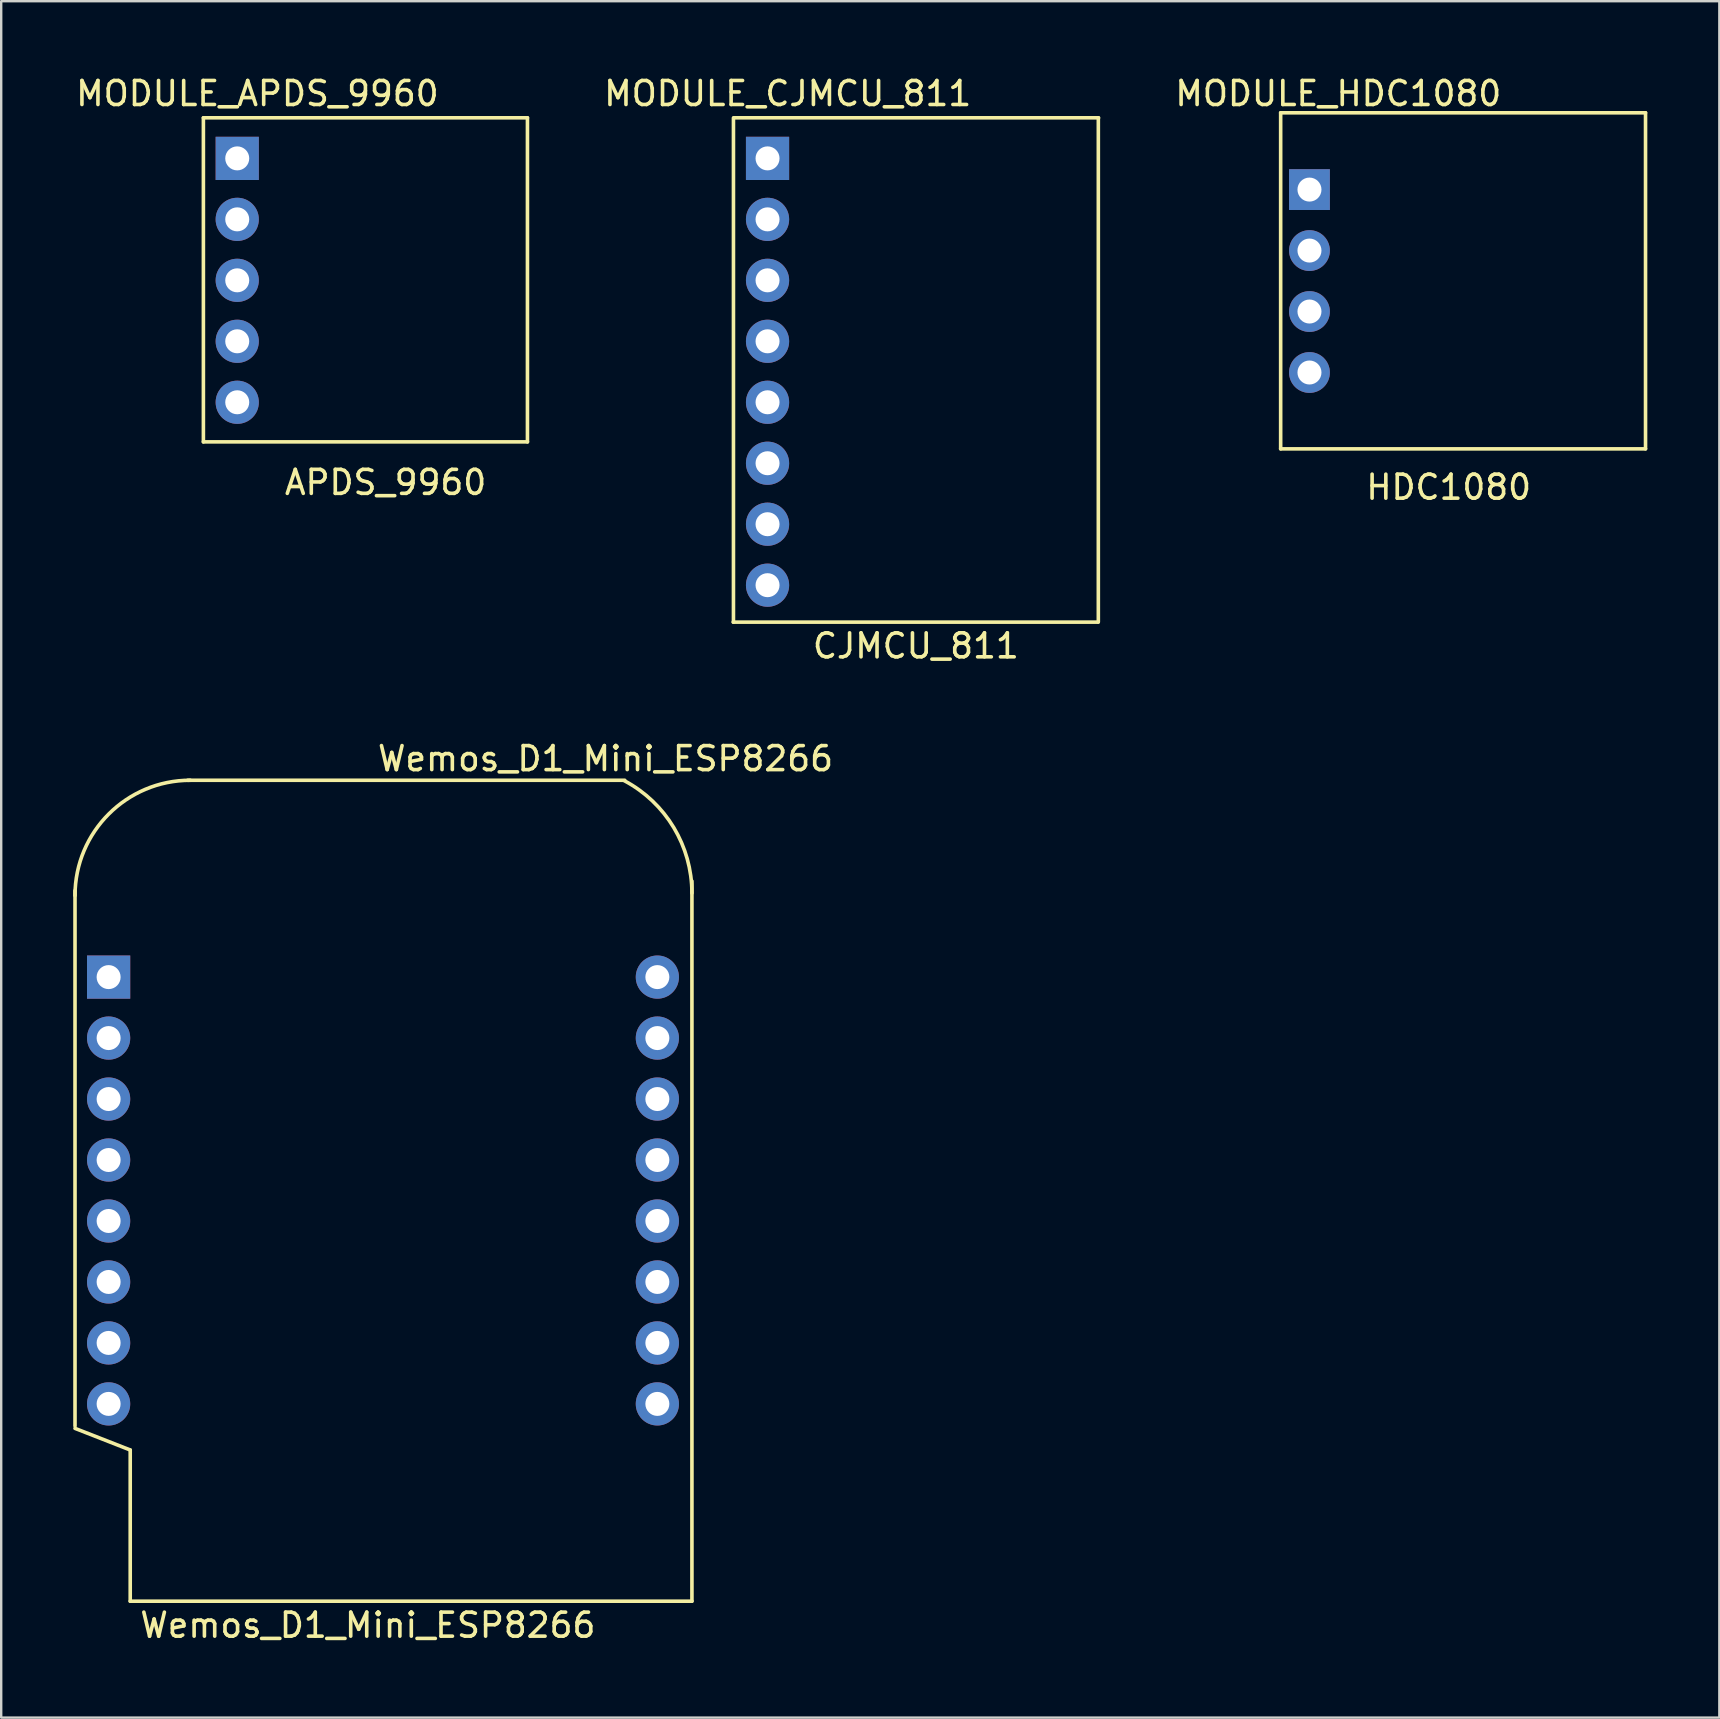
<source format=kicad_pcb>
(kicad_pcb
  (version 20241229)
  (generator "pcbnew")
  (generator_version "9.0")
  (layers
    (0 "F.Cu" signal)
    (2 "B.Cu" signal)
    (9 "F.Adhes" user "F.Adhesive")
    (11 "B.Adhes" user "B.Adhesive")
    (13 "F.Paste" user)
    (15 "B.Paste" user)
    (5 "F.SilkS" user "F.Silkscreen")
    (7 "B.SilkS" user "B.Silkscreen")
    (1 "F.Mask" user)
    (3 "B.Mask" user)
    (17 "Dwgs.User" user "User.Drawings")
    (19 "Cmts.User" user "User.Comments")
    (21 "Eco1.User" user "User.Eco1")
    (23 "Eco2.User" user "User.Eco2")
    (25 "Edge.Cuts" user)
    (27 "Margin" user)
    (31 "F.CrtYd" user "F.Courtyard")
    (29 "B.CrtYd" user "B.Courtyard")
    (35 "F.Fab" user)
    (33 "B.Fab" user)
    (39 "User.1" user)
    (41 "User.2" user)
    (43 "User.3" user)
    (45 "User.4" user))
  (footprint "MODULE_CJMCU_811"
    (layer "F.Cu")
    (at 35.425 12.548)
    (property "Reference" "MODULE_CJMCU_811" (at -5.66 -11.7 0) (layer "F.SilkS") (effects (font (size 1 1) (thickness 0.15))))
    (attr through_hole)
    (fp_line (start -7.92 -10.68) (end -7.92 10.32) (stroke (width 0.15) (type solid)) (layer "F.SilkS"))
    (fp_line (start 7.27 10.32) (end -7.93 10.32) (stroke (width 0.15) (type solid)) (layer "F.SilkS"))
    (fp_line (start 7.28 -10.69) (end 7.28 10.31) (stroke (width 0.15) (type solid)) (layer "F.SilkS"))
    (fp_line (start 7.29 -10.69) (end -7.91 -10.69) (stroke (width 0.15) (type solid)) (layer "F.SilkS"))
    (fp_text user "CJMCU_811" (at -0.32 11.31 0) (layer "F.SilkS") (effects (font (size 1 1) (thickness 0.15))))
    (pad "1" thru_hole rect (at -6.5 -9) (size 1.8 1.8) (drill 1) (layers "*.Cu" "*.Mask"))
    (pad "2" thru_hole circle (at -6.5 -6.46) (size 1.8 1.8) (drill 1) (layers "*.Cu" "*.Mask"))
    (pad "3" thru_hole circle (at -6.5 -3.92) (size 1.8 1.8) (drill 1) (layers "*.Cu" "*.Mask"))
    (pad "4" thru_hole circle (at -6.5 -1.38) (size 1.8 1.8) (drill 1) (layers "*.Cu" "*.Mask"))
    (pad "5" thru_hole circle (at -6.5 1.16) (size 1.8 1.8) (drill 1) (layers "*.Cu" "*.Mask"))
    (pad "6" thru_hole circle (at -6.5 3.7) (size 1.8 1.8) (drill 1) (layers "*.Cu" "*.Mask"))
    (pad "7" thru_hole circle (at -6.5 6.24) (size 1.8 1.8) (drill 1) (layers "*.Cu" "*.Mask"))
    (pad "8" thru_hole circle (at -6.5 8.78) (size 1.8 1.8) (drill 1) (layers "*.Cu" "*.Mask")))
  (footprint "MODULE_APDS_9960"
    (layer "F.Cu")
    (at 12.433 8.548)
    (property "Reference" "MODULE_APDS_9960" (at -4.76 -7.7 0) (layer "F.SilkS") (effects (font (size 1 1) (thickness 0.15))))
    (attr through_hole)
    (fp_line (start -7.01 -6.69) (end -7.01 6.81) (stroke (width 0.15) (type solid)) (layer "F.SilkS"))
    (fp_line (start -7.01 -6.69) (end 6.49 -6.69) (stroke (width 0.15) (type solid)) (layer "F.SilkS"))
    (fp_line (start -7.01 6.81) (end 6.49 6.81) (stroke (width 0.15) (type solid)) (layer "F.SilkS"))
    (fp_line (start 6.49 -6.69) (end 6.49 6.81) (stroke (width 0.15) (type solid)) (layer "F.SilkS"))
    (fp_text user "APDS_9960" (at 0.58 8.5 0) (layer "F.SilkS") (effects (font (size 1 1) (thickness 0.15))))
    (pad "1" thru_hole rect (at -5.6 -5) (size 1.8 1.8) (drill 1) (layers "*.Cu" "*.Mask"))
    (pad "2" thru_hole circle (at -5.6 -2.46) (size 1.8 1.8) (drill 1) (layers "*.Cu" "*.Mask"))
    (pad "3" thru_hole circle (at -5.6 0.08) (size 1.8 1.8) (drill 1) (layers "*.Cu" "*.Mask"))
    (pad "4" thru_hole circle (at -5.6 2.62) (size 1.8 1.8) (drill 1) (layers "*.Cu" "*.Mask"))
    (pad "5" thru_hole circle (at -5.6 5.16) (size 1.8 1.8) (drill 1) (layers "*.Cu" "*.Mask")))
  (footprint "Wemos_D1_Mini_ESP8266"
    (layer "F.Cu")
    (at 1.475 37.655)
    (property "Reference" "Wemos_D1_Mini_ESP8266" (at 20.7 -9.1 0) (layer "F.SilkS") (effects (font (size 1 1) (thickness 0.15))))
    (attr through_hole)
    (fp_line (start -1.4 -3.6) (end -1.4 18.7) (stroke (width 0.15) (type solid)) (layer "F.SilkS"))
    (fp_line (start 0.9 19.7) (end -1.4 18.8) (stroke (width 0.15) (type solid)) (layer "F.SilkS"))
    (fp_line (start 0.9 26) (end 0.9 19.7) (stroke (width 0.15) (type solid)) (layer "F.SilkS"))
    (fp_line (start 0.9 26) (end 24.3 26) (stroke (width 0.15) (type solid)) (layer "F.SilkS"))
    (fp_line (start 3.3 -8.2) (end 21.5 -8.2) (stroke (width 0.15) (type solid)) (layer "F.SilkS"))
    (fp_line (start 24.3 -4) (end 24.3 26) (stroke (width 0.15) (type solid)) (layer "F.SilkS"))
    (fp_arc (start -1.4 -3.4) (mid 0.005887 -6.794113) (end 3.4 -8.2) (stroke (width 0.15) (type solid)) (layer "F.SilkS"))
    (fp_arc (start 21.488948 -8.179224) (mid 23.543205 -6.229338) (end 24.3 -3.5) (stroke (width 0.15) (type solid)) (layer "F.SilkS"))
    (fp_text user "Wemos_D1_Mini_ESP8266" (at 10.8 27 0) (layer "F.SilkS") (effects (font (size 1 1) (thickness 0.15))))
    (pad "1" thru_hole rect (at 0 0) (size 1.8 1.8) (drill 1) (layers "*.Cu" "*.Mask"))
    (pad "2" thru_hole circle (at 0 2.54) (size 1.8 1.8) (drill 1) (layers "*.Cu" "*.Mask"))
    (pad "3" thru_hole circle (at 0 5.08) (size 1.8 1.8) (drill 1) (layers "*.Cu" "*.Mask"))
    (pad "4" thru_hole circle (at 0 7.62) (size 1.8 1.8) (drill 1) (layers "*.Cu" "*.Mask"))
    (pad "5" thru_hole circle (at 0 10.16) (size 1.8 1.8) (drill 1) (layers "*.Cu" "*.Mask"))
    (pad "6" thru_hole circle (at 0 12.7) (size 1.8 1.8) (drill 1) (layers "*.Cu" "*.Mask"))
    (pad "7" thru_hole circle (at 0 15.24) (size 1.8 1.8) (drill 1) (layers "*.Cu" "*.Mask"))
    (pad "8" thru_hole circle (at 0 17.78) (size 1.8 1.8) (drill 1) (layers "*.Cu" "*.Mask"))
    (pad "9" thru_hole circle (at 22.86 17.78) (size 1.8 1.8) (drill 1) (layers "*.Cu" "*.Mask"))
    (pad "10" thru_hole circle (at 22.86 15.24) (size 1.8 1.8) (drill 1) (layers "*.Cu" "*.Mask"))
    (pad "11" thru_hole circle (at 22.86 12.7) (size 1.8 1.8) (drill 1) (layers "*.Cu" "*.Mask"))
    (pad "12" thru_hole circle (at 22.86 10.16) (size 1.8 1.8) (drill 1) (layers "*.Cu" "*.Mask"))
    (pad "13" thru_hole circle (at 22.86 7.62) (size 1.8 1.8) (drill 1) (layers "*.Cu" "*.Mask"))
    (pad "14" thru_hole circle (at 22.86 5.08) (size 1.8 1.8) (drill 1) (layers "*.Cu" "*.Mask"))
    (pad "15" thru_hole circle (at 22.86 2.54) (size 1.8 1.8) (drill 1) (layers "*.Cu" "*.Mask"))
    (pad "16" thru_hole circle (at 22.86 0) (size 1.8 1.8) (drill 1) (layers "*.Cu" "*.Mask")))
  (footprint "MODULE_HDC1080"
    (layer "F.Cu")
    (at 58.101 8.648)
    (property "Reference" "MODULE_HDC1080" (at -5.4 -7.8 0) (layer "F.SilkS") (effects (font (size 1 1) (thickness 0.15))))
    (attr through_hole)
    (fp_line (start -7.8 7) (end -7.8 -7) (stroke (width 0.15) (type solid)) (layer "F.SilkS"))
    (fp_line (start 7.4 -7) (end -7.8 -7) (stroke (width 0.15) (type solid)) (layer "F.SilkS"))
    (fp_line (start 7.4 -7) (end 7.4 7) (stroke (width 0.15) (type solid)) (layer "F.SilkS"))
    (fp_line (start 7.4 7) (end -7.8 7) (stroke (width 0.15) (type solid)) (layer "F.SilkS"))
    (fp_text user "HDC1080" (at -0.8 8.6 0) (layer "F.SilkS") (effects (font (size 1 1) (thickness 0.15))))
    (pad "1" thru_hole rect (at -6.6 -3.8) (size 1.7 1.7) (drill 1) (layers "*.Cu" "*.Mask"))
    (pad "2" thru_hole circle (at -6.6 -1.26) (size 1.7 1.7) (drill 1) (layers "*.Cu" "*.Mask"))
    (pad "3" thru_hole circle (at -6.6 1.28) (size 1.7 1.7) (drill 1) (layers "*.Cu" "*.Mask"))
    (pad "4" thru_hole circle (at -6.6 3.82) (size 1.7 1.7) (drill 1) (layers "*.Cu" "*.Mask")))
  (gr_rect
    (start -3 -3)
    (end 68.576 68.503)
    (stroke (width 0.1) (type default))
    (fill no)
    (layer "Edge.Cuts")))
</source>
